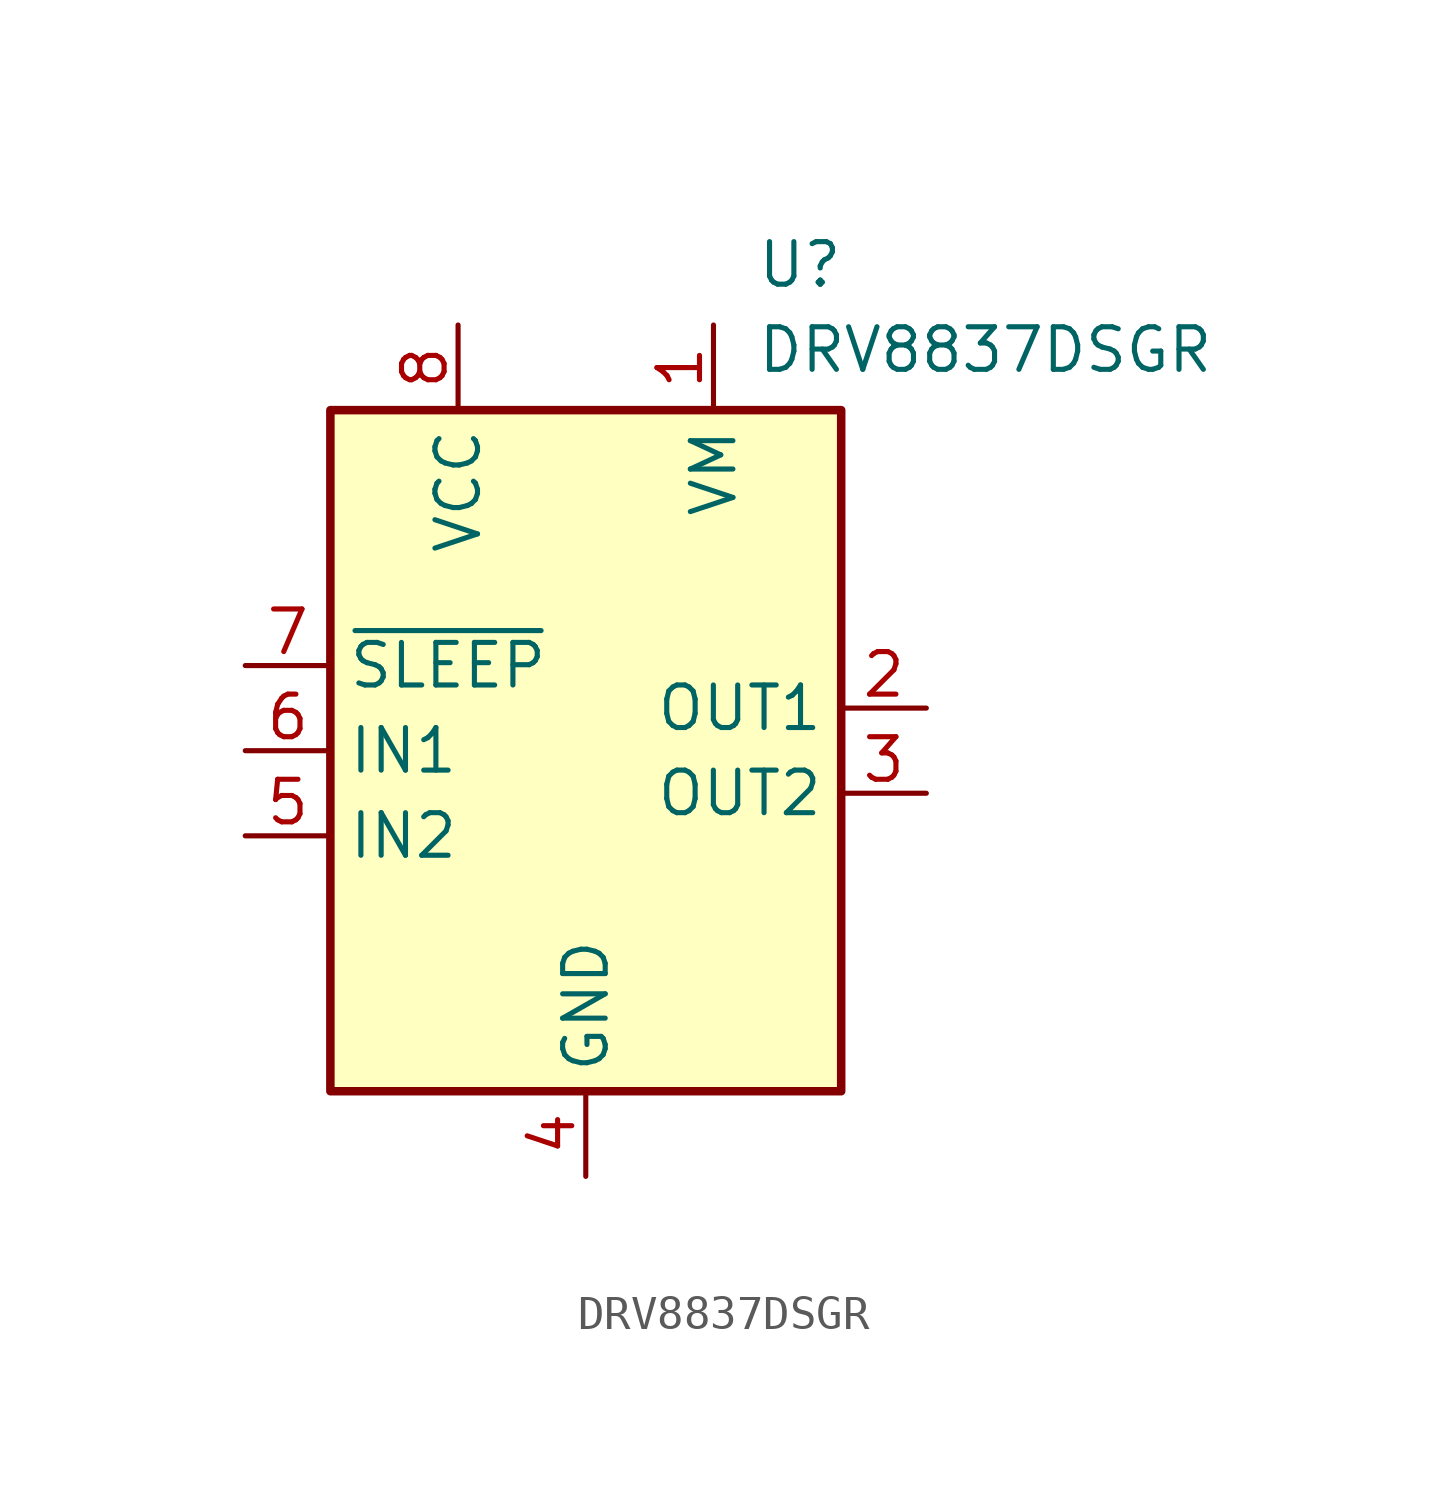
<source format=kicad_sym>
(kicad_symbol_lib
  (version 20220914)
  (generator kicad_symbol_editor)
  (symbol "DRV8837DSGR"
    (property "Reference" "U"
      (at 5.08 15.24 0)
      (effects (font (size 1.27 1.27)) (justify left top)))
    (property "Value" "DRV8837DSGR"
      (at 5.08 12.7 0)
      (effects (font (size 1.27 1.27)) (justify left top)))
    (symbol "DRV8837DSGR_0_1"
      (rectangle (start -7.62 10.16) (end 7.62 -10.16) (stroke (width 0.254) (type default)) (fill (type background))))
    (symbol "DRV8837DSGR_1_1"
      (pin power_in line (at 3.81 12.7 270) (length 2.54) (name "VM" (effects (font (size 1.27 1.27)))) (number "1" (effects (font (size 1.27 1.27)))))
      (pin output line (at 10.16 1.27 180) (length 2.54) (name "OUT1" (effects (font (size 1.27 1.27)))) (number "2" (effects (font (size 1.27 1.27)))))
      (pin output line (at 10.16 -1.27 180) (length 2.54) (name "OUT2" (effects (font (size 1.27 1.27)))) (number "3" (effects (font (size 1.27 1.27)))))
      (pin power_in line (at 0 -12.7 90) (length 2.54) (name "GND" (effects (font (size 1.27 1.27)))) (number "4" (effects (font (size 1.27 1.27)))))
      (pin input line (at -10.16 -2.54 0) (length 2.54) (name "IN2" (effects (font (size 1.27 1.27)))) (number "5" (effects (font (size 1.27 1.27)))))
      (pin input line (at -10.16 0 0) (length 2.54) (name "IN1" (effects (font (size 1.27 1.27)))) (number "6" (effects (font (size 1.27 1.27)))))
      (pin input line (at -10.16 2.54 0) (length 2.54) (name "~{SLEEP}" (effects (font (size 1.27 1.27)))) (number "7" (effects (font (size 1.27 1.27)))))
      (pin power_in line (at -3.81 12.7 270) (length 2.54) (name "VCC" (effects (font (size 1.27 1.27)))) (number "8" (effects (font (size 1.27 1.27)))))
      (pin passive line (at 0 -12.7 90) (length 2.54) hide (name "GND" (effects (font (size 1.27 1.27)))) (number "9" (effects (font (size 1.27 1.27))))))))
</source>
